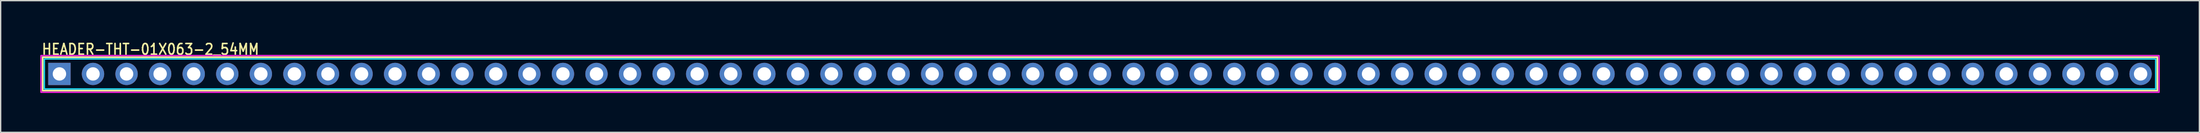
<source format=kicad_pcb>
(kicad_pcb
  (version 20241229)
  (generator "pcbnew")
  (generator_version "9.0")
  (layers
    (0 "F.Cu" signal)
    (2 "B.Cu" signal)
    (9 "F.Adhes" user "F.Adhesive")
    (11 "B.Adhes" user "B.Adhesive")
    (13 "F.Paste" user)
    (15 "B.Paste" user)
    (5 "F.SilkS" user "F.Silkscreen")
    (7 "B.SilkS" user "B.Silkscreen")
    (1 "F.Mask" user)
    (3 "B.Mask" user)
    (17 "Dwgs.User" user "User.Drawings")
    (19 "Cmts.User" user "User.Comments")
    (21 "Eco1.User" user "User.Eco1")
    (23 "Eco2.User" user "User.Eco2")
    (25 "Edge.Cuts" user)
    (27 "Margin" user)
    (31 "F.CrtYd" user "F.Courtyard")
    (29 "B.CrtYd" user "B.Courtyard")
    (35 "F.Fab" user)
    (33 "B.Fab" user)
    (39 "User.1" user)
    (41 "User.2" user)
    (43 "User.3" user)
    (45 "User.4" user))
  (footprint "HEADER-THT-01X063-2_54MM"
    (layer "F.Cu")
    (at 1.447 2.579)
    (property "Reference" "HEADER-THT-01X063-2_54MM" (at -1.4 -1.4 0) (unlocked yes) (layer "F.SilkS") (effects (font (size 0.813 0.695) (thickness 0.122)) (justify left bottom)))
    (fp_line (start -1.27 -1.27) (end -1.27 1.27) (stroke (width 0.127) (type solid)) (layer "F.SilkS"))
    (fp_line (start -1.27 1.27) (end 158.75 1.27) (stroke (width 0.127) (type solid)) (layer "F.SilkS"))
    (fp_line (start 158.75 -1.27) (end -1.27 -1.27) (stroke (width 0.127) (type solid)) (layer "F.SilkS"))
    (fp_line (start 158.75 1.27) (end 158.75 -1.27) (stroke (width 0.127) (type solid)) (layer "F.SilkS"))
    (fp_poly (pts (xy -1.143 -1.143) (xy 158.623 -1.143) (xy 158.623 1.143) (xy -1.143 1.143)) (stroke (width 0.1) (type solid)) (fill no) (layer "B.CrtYd"))
    (fp_poly (pts (xy -1.397 -1.397) (xy 158.877 -1.397) (xy 158.877 1.397) (xy -1.397 1.397)) (stroke (width 0.1) (type solid)) (fill no) (layer "F.CrtYd"))
    (pad "1" thru_hole rect (at 0 0) (size 1.693 1.693) (drill 1.016) (layers "*.Cu" "*.Mask"))
    (pad "2" thru_hole oval (at 2.54 0) (size 1.693 1.693) (drill 1.016) (layers "*.Cu" "*.Mask"))
    (pad "3" thru_hole oval (at 5.08 0) (size 1.693 1.693) (drill 1.016) (layers "*.Cu" "*.Mask"))
    (pad "4" thru_hole oval (at 7.62 0) (size 1.693 1.693) (drill 1.016) (layers "*.Cu" "*.Mask"))
    (pad "5" thru_hole oval (at 10.16 0) (size 1.693 1.693) (drill 1.016) (layers "*.Cu" "*.Mask"))
    (pad "6" thru_hole oval (at 12.7 0) (size 1.693 1.693) (drill 1.016) (layers "*.Cu" "*.Mask"))
    (pad "7" thru_hole oval (at 15.24 0) (size 1.693 1.693) (drill 1.016) (layers "*.Cu" "*.Mask"))
    (pad "8" thru_hole oval (at 17.78 0) (size 1.693 1.693) (drill 1.016) (layers "*.Cu" "*.Mask"))
    (pad "9" thru_hole oval (at 20.32 0) (size 1.693 1.693) (drill 1.016) (layers "*.Cu" "*.Mask"))
    (pad "10" thru_hole oval (at 22.86 0) (size 1.693 1.693) (drill 1.016) (layers "*.Cu" "*.Mask"))
    (pad "11" thru_hole oval (at 25.4 0) (size 1.693 1.693) (drill 1.016) (layers "*.Cu" "*.Mask"))
    (pad "12" thru_hole oval (at 27.94 0) (size 1.693 1.693) (drill 1.016) (layers "*.Cu" "*.Mask"))
    (pad "13" thru_hole oval (at 30.48 0) (size 1.693 1.693) (drill 1.016) (layers "*.Cu" "*.Mask"))
    (pad "14" thru_hole oval (at 33.02 0) (size 1.693 1.693) (drill 1.016) (layers "*.Cu" "*.Mask"))
    (pad "15" thru_hole oval (at 35.56 0) (size 1.693 1.693) (drill 1.016) (layers "*.Cu" "*.Mask"))
    (pad "16" thru_hole oval (at 38.1 0) (size 1.693 1.693) (drill 1.016) (layers "*.Cu" "*.Mask"))
    (pad "17" thru_hole oval (at 40.64 0) (size 1.693 1.693) (drill 1.016) (layers "*.Cu" "*.Mask"))
    (pad "18" thru_hole oval (at 43.18 0) (size 1.693 1.693) (drill 1.016) (layers "*.Cu" "*.Mask"))
    (pad "19" thru_hole oval (at 45.72 0) (size 1.693 1.693) (drill 1.016) (layers "*.Cu" "*.Mask"))
    (pad "20" thru_hole oval (at 48.26 0) (size 1.693 1.693) (drill 1.016) (layers "*.Cu" "*.Mask"))
    (pad "21" thru_hole oval (at 50.8 0) (size 1.693 1.693) (drill 1.016) (layers "*.Cu" "*.Mask"))
    (pad "22" thru_hole oval (at 53.34 0) (size 1.693 1.693) (drill 1.016) (layers "*.Cu" "*.Mask"))
    (pad "23" thru_hole oval (at 55.88 0) (size 1.693 1.693) (drill 1.016) (layers "*.Cu" "*.Mask"))
    (pad "24" thru_hole oval (at 58.42 0) (size 1.693 1.693) (drill 1.016) (layers "*.Cu" "*.Mask"))
    (pad "25" thru_hole oval (at 60.96 0) (size 1.693 1.693) (drill 1.016) (layers "*.Cu" "*.Mask"))
    (pad "26" thru_hole oval (at 63.5 0) (size 1.693 1.693) (drill 1.016) (layers "*.Cu" "*.Mask"))
    (pad "27" thru_hole oval (at 66.04 0) (size 1.693 1.693) (drill 1.016) (layers "*.Cu" "*.Mask"))
    (pad "28" thru_hole oval (at 68.58 0) (size 1.693 1.693) (drill 1.016) (layers "*.Cu" "*.Mask"))
    (pad "29" thru_hole oval (at 71.12 0) (size 1.693 1.693) (drill 1.016) (layers "*.Cu" "*.Mask"))
    (pad "30" thru_hole oval (at 73.66 0) (size 1.693 1.693) (drill 1.016) (layers "*.Cu" "*.Mask"))
    (pad "31" thru_hole oval (at 76.2 0) (size 1.693 1.693) (drill 1.016) (layers "*.Cu" "*.Mask"))
    (pad "32" thru_hole oval (at 78.74 0) (size 1.693 1.693) (drill 1.016) (layers "*.Cu" "*.Mask"))
    (pad "33" thru_hole oval (at 81.28 0) (size 1.693 1.693) (drill 1.016) (layers "*.Cu" "*.Mask"))
    (pad "34" thru_hole oval (at 83.82 0) (size 1.693 1.693) (drill 1.016) (layers "*.Cu" "*.Mask"))
    (pad "35" thru_hole oval (at 86.36 0) (size 1.693 1.693) (drill 1.016) (layers "*.Cu" "*.Mask"))
    (pad "36" thru_hole oval (at 88.9 0) (size 1.693 1.693) (drill 1.016) (layers "*.Cu" "*.Mask"))
    (pad "37" thru_hole oval (at 91.44 0) (size 1.693 1.693) (drill 1.016) (layers "*.Cu" "*.Mask"))
    (pad "38" thru_hole oval (at 93.98 0) (size 1.693 1.693) (drill 1.016) (layers "*.Cu" "*.Mask"))
    (pad "39" thru_hole oval (at 96.52 0) (size 1.693 1.693) (drill 1.016) (layers "*.Cu" "*.Mask"))
    (pad "40" thru_hole oval (at 99.06 0) (size 1.693 1.693) (drill 1.016) (layers "*.Cu" "*.Mask"))
    (pad "41" thru_hole oval (at 101.6 0) (size 1.693 1.693) (drill 1.016) (layers "*.Cu" "*.Mask"))
    (pad "42" thru_hole oval (at 104.14 0) (size 1.693 1.693) (drill 1.016) (layers "*.Cu" "*.Mask"))
    (pad "43" thru_hole oval (at 106.68 0) (size 1.693 1.693) (drill 1.016) (layers "*.Cu" "*.Mask"))
    (pad "44" thru_hole oval (at 109.22 0) (size 1.693 1.693) (drill 1.016) (layers "*.Cu" "*.Mask"))
    (pad "45" thru_hole oval (at 111.76 0) (size 1.693 1.693) (drill 1.016) (layers "*.Cu" "*.Mask"))
    (pad "46" thru_hole oval (at 114.3 0) (size 1.693 1.693) (drill 1.016) (layers "*.Cu" "*.Mask"))
    (pad "47" thru_hole oval (at 116.84 0) (size 1.693 1.693) (drill 1.016) (layers "*.Cu" "*.Mask"))
    (pad "48" thru_hole oval (at 119.38 0) (size 1.693 1.693) (drill 1.016) (layers "*.Cu" "*.Mask"))
    (pad "49" thru_hole oval (at 121.92 0) (size 1.693 1.693) (drill 1.016) (layers "*.Cu" "*.Mask"))
    (pad "50" thru_hole oval (at 124.46 0) (size 1.693 1.693) (drill 1.016) (layers "*.Cu" "*.Mask"))
    (pad "51" thru_hole oval (at 127 0) (size 1.693 1.693) (drill 1.016) (layers "*.Cu" "*.Mask"))
    (pad "52" thru_hole oval (at 129.54 0) (size 1.693 1.693) (drill 1.016) (layers "*.Cu" "*.Mask"))
    (pad "53" thru_hole oval (at 132.08 0) (size 1.693 1.693) (drill 1.016) (layers "*.Cu" "*.Mask"))
    (pad "54" thru_hole oval (at 134.62 0) (size 1.693 1.693) (drill 1.016) (layers "*.Cu" "*.Mask"))
    (pad "55" thru_hole oval (at 137.16 0) (size 1.693 1.693) (drill 1.016) (layers "*.Cu" "*.Mask"))
    (pad "56" thru_hole oval (at 139.7 0) (size 1.693 1.693) (drill 1.016) (layers "*.Cu" "*.Mask"))
    (pad "57" thru_hole oval (at 142.24 0) (size 1.693 1.693) (drill 1.016) (layers "*.Cu" "*.Mask"))
    (pad "58" thru_hole oval (at 144.78 0) (size 1.693 1.693) (drill 1.016) (layers "*.Cu" "*.Mask"))
    (pad "59" thru_hole oval (at 147.32 0) (size 1.693 1.693) (drill 1.016) (layers "*.Cu" "*.Mask"))
    (pad "60" thru_hole oval (at 149.86 0) (size 1.693 1.693) (drill 1.016) (layers "*.Cu" "*.Mask"))
    (pad "61" thru_hole oval (at 152.4 0) (size 1.693 1.693) (drill 1.016) (layers "*.Cu" "*.Mask"))
    (pad "62" thru_hole oval (at 154.94 0) (size 1.693 1.693) (drill 1.016) (layers "*.Cu" "*.Mask"))
    (pad "63" thru_hole oval (at 157.48 0) (size 1.693 1.693) (drill 1.016) (layers "*.Cu" "*.Mask")))
  (gr_rect
    (start -3 -3)
    (end 163.374 7.026)
    (stroke (width 0.1) (type default))
    (fill no)
    (layer "Edge.Cuts")))
</source>
